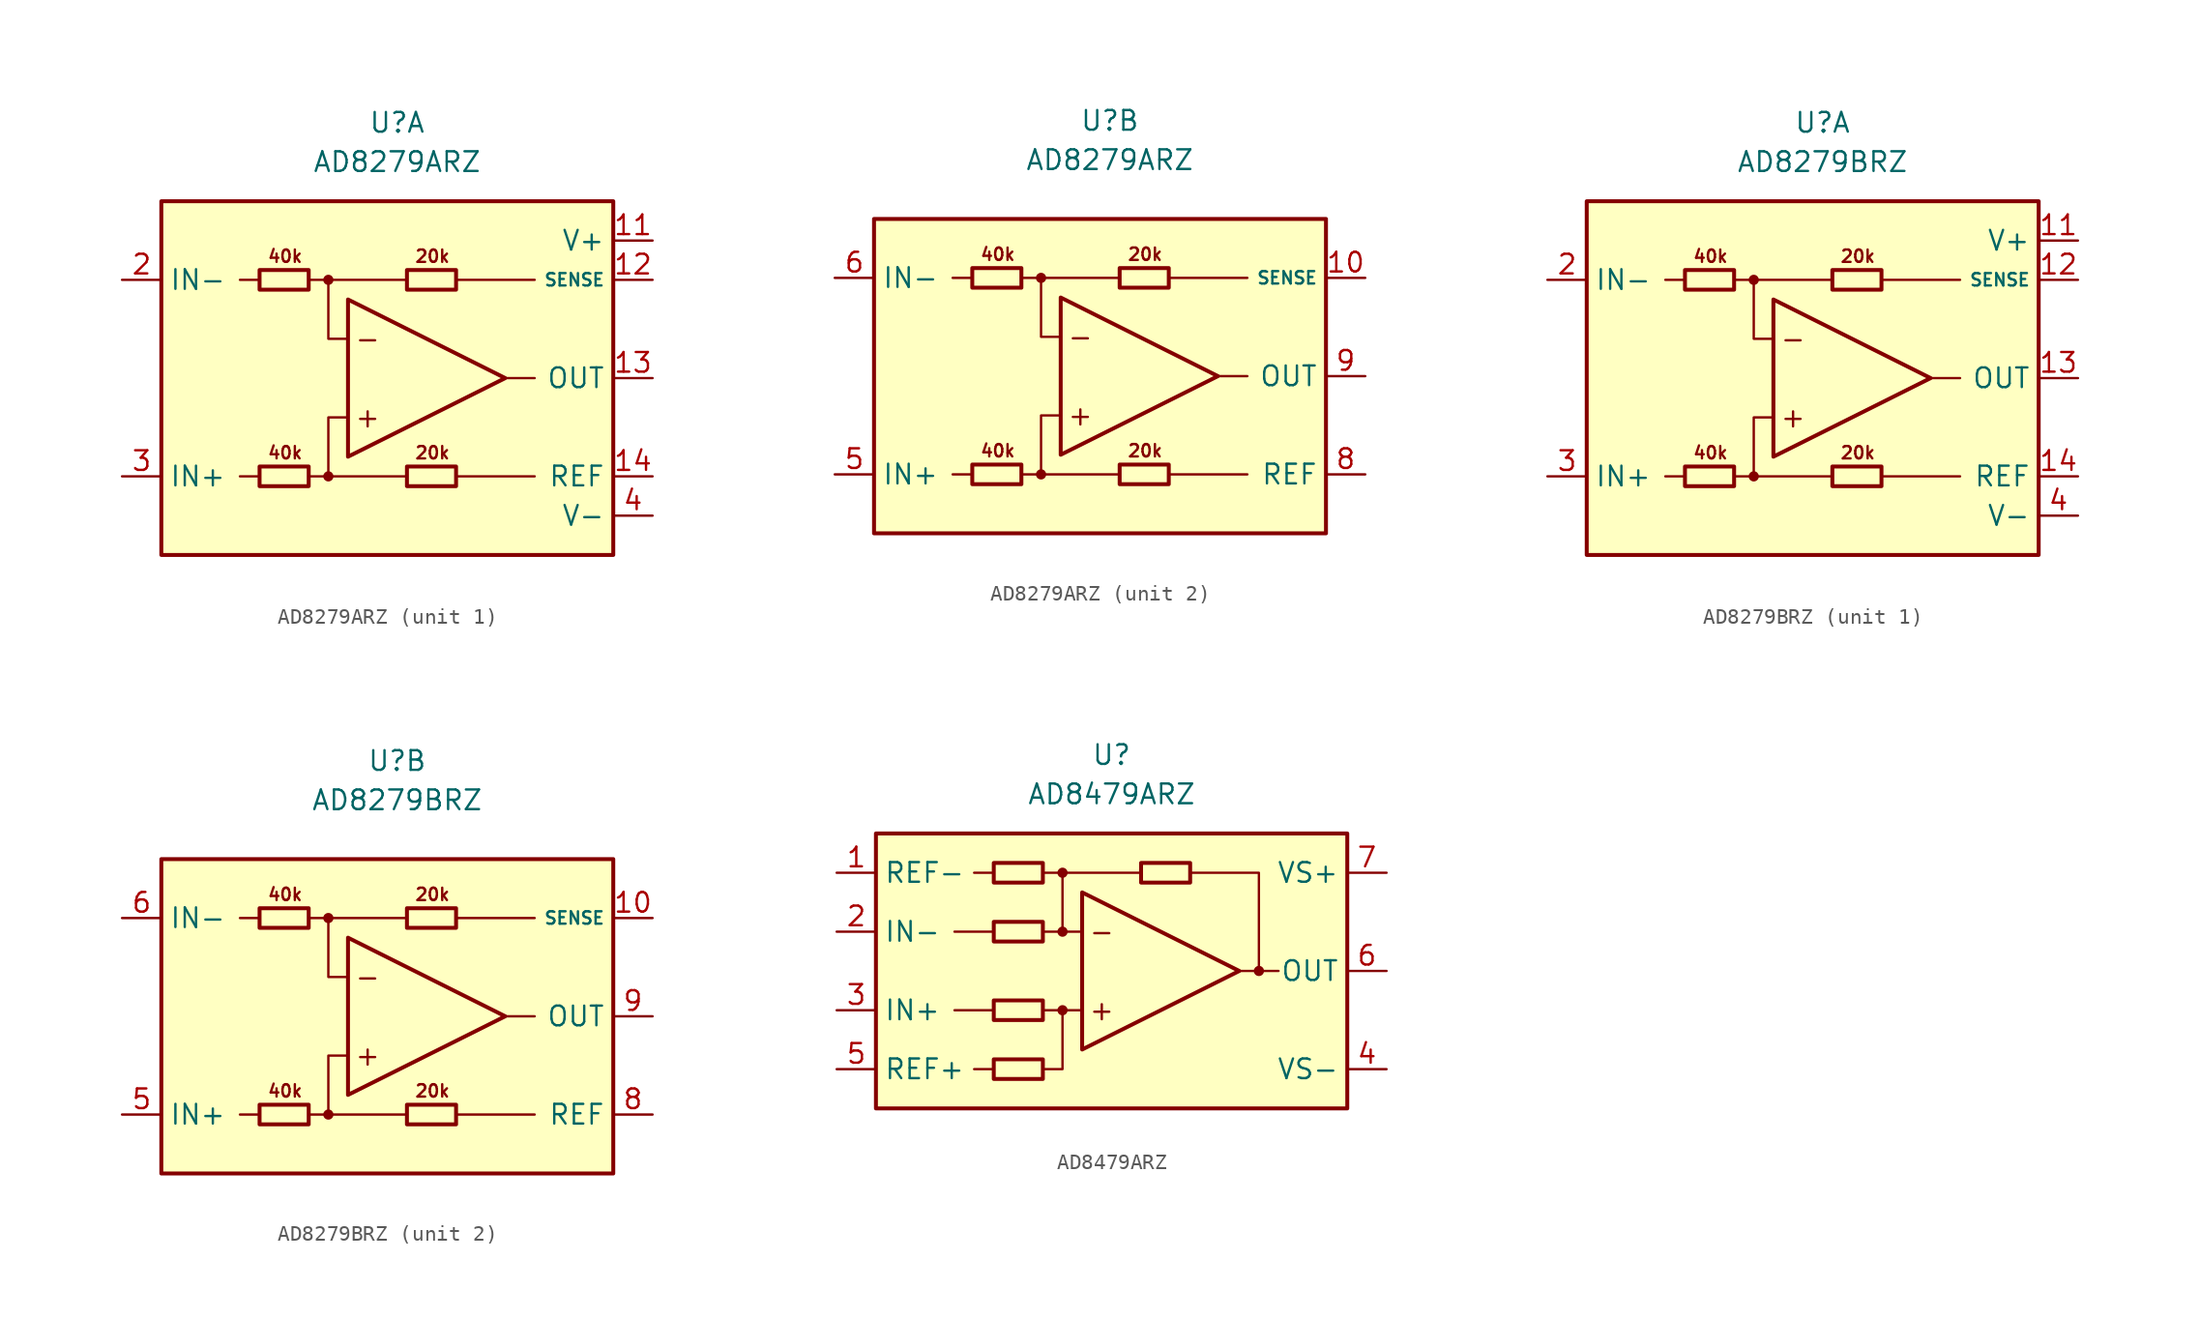
<source format=kicad_sym>
(kicad_symbol_lib
  (version 20211014)
  (generator kicad_symbol_editor)
  (symbol "AD8279ARZ"
    (property "Reference" "U"
      (at 0 16.51 0)
      (effects (font (size 1.27 1.27))))
    (property "Value" "AD8279ARZ"
      (at 0 13.97 0)
      (effects (font (size 1.27 1.27))))
    (property "ki_locked" ""
      (at 0 0 0)
      (effects (font (size 1.27 1.27))))
    (symbol "AD8279ARZ_0_0"
      (circle (center -4.445 -6.35) (radius 0.254) (stroke (width 0.152) (type default) (color 0 0 0 0)) (fill (type outline)))
      (circle (center -4.445 6.35) (radius 0.254) (stroke (width 0.152) (type default) (color 0 0 0 0)) (fill (type outline)))
      (polyline (pts (xy -8.89 -6.35) (xy -10.16 -6.35)) (stroke (width 0.152) (type default) (color 0 0 0 0)) (fill (type none)))
      (polyline (pts (xy -8.89 6.35) (xy -10.16 6.35)) (stroke (width 0.152) (type default) (color 0 0 0 0)) (fill (type none)))
      (polyline (pts (xy -4.445 6.35) (xy 0.635 6.35)) (stroke (width 0.152) (type default) (color 0 0 0 0)) (fill (type none)))
      (polyline (pts (xy 0.635 -6.35) (xy -4.445 -6.35)) (stroke (width 0.152) (type default) (color 0 0 0 0)) (fill (type none)))
      (polyline (pts (xy 3.81 -6.35) (xy 8.89 -6.35)) (stroke (width 0.152) (type default) (color 0 0 0 0)) (fill (type none)))
      (polyline (pts (xy 3.81 6.35) (xy 8.89 6.35)) (stroke (width 0.152) (type default) (color 0 0 0 0)) (fill (type none)))
      (polyline (pts (xy 6.985 0) (xy 8.89 0)) (stroke (width 0.152) (type default) (color 0 0 0 0)) (fill (type none)))
      (polyline (pts (xy -5.715 -6.35) (xy -4.445 -6.35) (xy -4.445 -2.54) (xy -3.175 -2.54)) (stroke (width 0.152) (type default) (color 0 0 0 0)) (fill (type none)))
      (polyline (pts (xy -3.175 2.54) (xy -4.445 2.54) (xy -4.445 6.35) (xy -5.715 6.35)) (stroke (width 0.152) (type default) (color 0 0 0 0)) (fill (type none)))
      (text "+" (at -1.905 -2.54 0) (effects (font (size 1.27 1.27))))
      (text "-" (at -1.905 2.54 0) (effects (font (size 1.27 1.27))))
      (text "20k" (at 2.286 -4.826 0) (effects (font (size 0.8 0.8))))
      (text "20k" (at 2.286 7.874 0) (effects (font (size 0.8 0.8))))
      (text "40k" (at -7.239 -4.826 0) (effects (font (size 0.8 0.8))))
      (text "40k" (at -7.239 7.874 0) (effects (font (size 0.8 0.8)))))
    (symbol "AD8279ARZ_0_1"
      (rectangle (start -8.89 -5.715) (end -5.715 -6.985) (stroke (width 0.254) (type default) (color 0 0 0 0)) (fill (type none)))
      (rectangle (start -8.89 6.985) (end -5.715 5.715) (stroke (width 0.254) (type default) (color 0 0 0 0)) (fill (type none)))
      (polyline (pts (xy -3.175 5.08) (xy -3.175 -5.08) (xy 6.985 0) (xy -3.175 5.08)) (stroke (width 0.254) (type default) (color 0 0 0 0)) (fill (type none)))
      (rectangle (start 0.635 -5.715) (end 3.81 -6.985) (stroke (width 0.254) (type default) (color 0 0 0 0)) (fill (type none)))
      (rectangle (start 0.635 6.985) (end 3.81 5.715) (stroke (width 0.254) (type default) (color 0 0 0 0)) (fill (type none))))
    (symbol "AD8279ARZ_1_0"
      (rectangle (start -15.24 11.43) (end 13.97 -11.43) (stroke (width 0.254) (type default) (color 0 0 0 0)) (fill (type background))))
    (symbol "AD8279ARZ_1_1"
      (pin no_connect line (at -10.16 1.27 0) (length 2.54) hide (name "NC" (effects (font (size 1.27 1.27)))) (number "1" (effects (font (size 1.27 1.27)))))
      (pin power_in line (at 16.51 8.89 180) (length 2.54) (name "V+" (effects (font (size 1.27 1.27)))) (number "11" (effects (font (size 1.27 1.27)))))
      (pin input line (at 16.51 6.35 180) (length 2.54) (name "SENSE" (effects (font (size 0.8 0.8)))) (number "12" (effects (font (size 1.27 1.27)))))
      (pin output line (at 16.51 0 180) (length 2.54) (name "OUT" (effects (font (size 1.27 1.27)))) (number "13" (effects (font (size 1.27 1.27)))))
      (pin input line (at 16.51 -6.35 180) (length 2.54) (name "REF" (effects (font (size 1.27 1.27)))) (number "14" (effects (font (size 1.27 1.27)))))
      (pin input line (at -17.78 6.35 0) (length 2.54) (name "IN-" (effects (font (size 1.27 1.27)))) (number "2" (effects (font (size 1.27 1.27)))))
      (pin input line (at -17.78 -6.35 0) (length 2.54) (name "IN+" (effects (font (size 1.27 1.27)))) (number "3" (effects (font (size 1.27 1.27)))))
      (pin power_in line (at 16.51 -8.89 180) (length 2.54) (name "V-" (effects (font (size 1.27 1.27)))) (number "4" (effects (font (size 1.27 1.27)))))
      (pin no_connect line (at -10.16 -1.27 0) (length 2.54) hide (name "NC" (effects (font (size 1.27 1.27)))) (number "7" (effects (font (size 1.27 1.27))))))
    (symbol "AD8279ARZ_2_0"
      (rectangle (start -15.24 10.16) (end 13.97 -10.16) (stroke (width 0.254) (type default) (color 0 0 0 0)) (fill (type background))))
    (symbol "AD8279ARZ_2_1"
      (pin input line (at 16.51 6.35 180) (length 2.54) (name "SENSE" (effects (font (size 0.8 0.8)))) (number "10" (effects (font (size 1.27 1.27)))))
      (pin input line (at -17.78 -6.35 0) (length 2.54) (name "IN+" (effects (font (size 1.27 1.27)))) (number "5" (effects (font (size 1.27 1.27)))))
      (pin input line (at -17.78 6.35 0) (length 2.54) (name "IN-" (effects (font (size 1.27 1.27)))) (number "6" (effects (font (size 1.27 1.27)))))
      (pin input line (at 16.51 -6.35 180) (length 2.54) (name "REF" (effects (font (size 1.27 1.27)))) (number "8" (effects (font (size 1.27 1.27)))))
      (pin output line (at 16.51 0 180) (length 2.54) (name "OUT" (effects (font (size 1.27 1.27)))) (number "9" (effects (font (size 1.27 1.27)))))))
  (symbol "AD8279BRZ"
    (property "Reference" "U"
      (at 0 16.51 0)
      (effects (font (size 1.27 1.27))))
    (property "Value" "AD8279BRZ"
      (at 0 13.97 0)
      (effects (font (size 1.27 1.27))))
    (property "ki_locked" ""
      (at 0 0 0)
      (effects (font (size 1.27 1.27))))
    (symbol "AD8279BRZ_0_0"
      (circle (center -4.445 -6.35) (radius 0.254) (stroke (width 0.152) (type default) (color 0 0 0 0)) (fill (type outline)))
      (circle (center -4.445 6.35) (radius 0.254) (stroke (width 0.152) (type default) (color 0 0 0 0)) (fill (type outline)))
      (polyline (pts (xy -8.89 -6.35) (xy -10.16 -6.35)) (stroke (width 0.152) (type default) (color 0 0 0 0)) (fill (type none)))
      (polyline (pts (xy -8.89 6.35) (xy -10.16 6.35)) (stroke (width 0.152) (type default) (color 0 0 0 0)) (fill (type none)))
      (polyline (pts (xy -4.445 6.35) (xy 0.635 6.35)) (stroke (width 0.152) (type default) (color 0 0 0 0)) (fill (type none)))
      (polyline (pts (xy 0.635 -6.35) (xy -4.445 -6.35)) (stroke (width 0.152) (type default) (color 0 0 0 0)) (fill (type none)))
      (polyline (pts (xy 3.81 -6.35) (xy 8.89 -6.35)) (stroke (width 0.152) (type default) (color 0 0 0 0)) (fill (type none)))
      (polyline (pts (xy 3.81 6.35) (xy 8.89 6.35)) (stroke (width 0.152) (type default) (color 0 0 0 0)) (fill (type none)))
      (polyline (pts (xy 6.985 0) (xy 8.89 0)) (stroke (width 0.152) (type default) (color 0 0 0 0)) (fill (type none)))
      (polyline (pts (xy -5.715 -6.35) (xy -4.445 -6.35) (xy -4.445 -2.54) (xy -3.175 -2.54)) (stroke (width 0.152) (type default) (color 0 0 0 0)) (fill (type none)))
      (polyline (pts (xy -3.175 2.54) (xy -4.445 2.54) (xy -4.445 6.35) (xy -5.715 6.35)) (stroke (width 0.152) (type default) (color 0 0 0 0)) (fill (type none)))
      (text "+" (at -1.905 -2.54 0) (effects (font (size 1.27 1.27))))
      (text "-" (at -1.905 2.54 0) (effects (font (size 1.27 1.27))))
      (text "20k" (at 2.286 -4.826 0) (effects (font (size 0.8 0.8))))
      (text "20k" (at 2.286 7.874 0) (effects (font (size 0.8 0.8))))
      (text "40k" (at -7.239 -4.826 0) (effects (font (size 0.8 0.8))))
      (text "40k" (at -7.239 7.874 0) (effects (font (size 0.8 0.8)))))
    (symbol "AD8279BRZ_0_1"
      (rectangle (start -8.89 -5.715) (end -5.715 -6.985) (stroke (width 0.254) (type default) (color 0 0 0 0)) (fill (type none)))
      (rectangle (start -8.89 6.985) (end -5.715 5.715) (stroke (width 0.254) (type default) (color 0 0 0 0)) (fill (type none)))
      (polyline (pts (xy -3.175 5.08) (xy -3.175 -5.08) (xy 6.985 0) (xy -3.175 5.08)) (stroke (width 0.254) (type default) (color 0 0 0 0)) (fill (type none)))
      (rectangle (start 0.635 -5.715) (end 3.81 -6.985) (stroke (width 0.254) (type default) (color 0 0 0 0)) (fill (type none)))
      (rectangle (start 0.635 6.985) (end 3.81 5.715) (stroke (width 0.254) (type default) (color 0 0 0 0)) (fill (type none))))
    (symbol "AD8279BRZ_1_0"
      (rectangle (start -15.24 11.43) (end 13.97 -11.43) (stroke (width 0.254) (type default) (color 0 0 0 0)) (fill (type background))))
    (symbol "AD8279BRZ_1_1"
      (pin no_connect line (at -10.16 1.27 0) (length 2.54) hide (name "NC" (effects (font (size 1.27 1.27)))) (number "1" (effects (font (size 1.27 1.27)))))
      (pin power_in line (at 16.51 8.89 180) (length 2.54) (name "V+" (effects (font (size 1.27 1.27)))) (number "11" (effects (font (size 1.27 1.27)))))
      (pin input line (at 16.51 6.35 180) (length 2.54) (name "SENSE" (effects (font (size 0.8 0.8)))) (number "12" (effects (font (size 1.27 1.27)))))
      (pin output line (at 16.51 0 180) (length 2.54) (name "OUT" (effects (font (size 1.27 1.27)))) (number "13" (effects (font (size 1.27 1.27)))))
      (pin input line (at 16.51 -6.35 180) (length 2.54) (name "REF" (effects (font (size 1.27 1.27)))) (number "14" (effects (font (size 1.27 1.27)))))
      (pin input line (at -17.78 6.35 0) (length 2.54) (name "IN-" (effects (font (size 1.27 1.27)))) (number "2" (effects (font (size 1.27 1.27)))))
      (pin input line (at -17.78 -6.35 0) (length 2.54) (name "IN+" (effects (font (size 1.27 1.27)))) (number "3" (effects (font (size 1.27 1.27)))))
      (pin power_in line (at 16.51 -8.89 180) (length 2.54) (name "V-" (effects (font (size 1.27 1.27)))) (number "4" (effects (font (size 1.27 1.27)))))
      (pin no_connect line (at -10.16 -1.27 0) (length 2.54) hide (name "NC" (effects (font (size 1.27 1.27)))) (number "7" (effects (font (size 1.27 1.27))))))
    (symbol "AD8279BRZ_2_0"
      (rectangle (start -15.24 10.16) (end 13.97 -10.16) (stroke (width 0.254) (type default) (color 0 0 0 0)) (fill (type background))))
    (symbol "AD8279BRZ_2_1"
      (pin input line (at 16.51 6.35 180) (length 2.54) (name "SENSE" (effects (font (size 0.8 0.8)))) (number "10" (effects (font (size 1.27 1.27)))))
      (pin input line (at -17.78 -6.35 0) (length 2.54) (name "IN+" (effects (font (size 1.27 1.27)))) (number "5" (effects (font (size 1.27 1.27)))))
      (pin input line (at -17.78 6.35 0) (length 2.54) (name "IN-" (effects (font (size 1.27 1.27)))) (number "6" (effects (font (size 1.27 1.27)))))
      (pin input line (at 16.51 -6.35 180) (length 2.54) (name "REF" (effects (font (size 1.27 1.27)))) (number "8" (effects (font (size 1.27 1.27)))))
      (pin output line (at 16.51 0 180) (length 2.54) (name "OUT" (effects (font (size 1.27 1.27)))) (number "9" (effects (font (size 1.27 1.27)))))))
  (symbol "AD8479ARZ"
    (property "Reference" "U"
      (at 0 13.97 0)
      (effects (font (size 1.27 1.27))))
    (property "Value" "AD8479ARZ"
      (at 0 11.43 0)
      (effects (font (size 1.27 1.27))))
    (symbol "AD8479ARZ_0_0"
      (rectangle (start -15.24 8.89) (end 15.24 -8.89) (stroke (width 0.254) (type default) (color 0 0 0 0)) (fill (type background)))
      (circle (center -3.175 -2.54) (radius 0.254) (stroke (width 0.152) (type default) (color 0 0 0 0)) (fill (type outline)))
      (circle (center -3.175 2.54) (radius 0.254) (stroke (width 0.152) (type default) (color 0 0 0 0)) (fill (type outline)))
      (circle (center -3.175 6.35) (radius 0.254) (stroke (width 0.152) (type default) (color 0 0 0 0)) (fill (type outline)))
      (polyline (pts (xy -7.62 -6.35) (xy -8.89 -6.35)) (stroke (width 0.152) (type default) (color 0 0 0 0)) (fill (type none)))
      (polyline (pts (xy -7.62 -2.54) (xy -10.16 -2.54)) (stroke (width 0.152) (type default) (color 0 0 0 0)) (fill (type none)))
      (polyline (pts (xy -7.62 2.54) (xy -10.16 2.54)) (stroke (width 0.152) (type default) (color 0 0 0 0)) (fill (type none)))
      (polyline (pts (xy -7.62 6.35) (xy -8.89 6.35)) (stroke (width 0.152) (type default) (color 0 0 0 0)) (fill (type none)))
      (polyline (pts (xy -4.445 6.35) (xy 1.905 6.35)) (stroke (width 0.152) (type default) (color 0 0 0 0)) (fill (type none)))
      (polyline (pts (xy -3.175 2.54) (xy -3.175 6.35)) (stroke (width 0.152) (type default) (color 0 0 0 0)) (fill (type none)))
      (polyline (pts (xy -1.905 -2.54) (xy -4.445 -2.54)) (stroke (width 0.152) (type default) (color 0 0 0 0)) (fill (type none)))
      (polyline (pts (xy -1.905 2.54) (xy -4.445 2.54)) (stroke (width 0.152) (type default) (color 0 0 0 0)) (fill (type none)))
      (polyline (pts (xy 9.525 0) (xy 10.795 0)) (stroke (width 0.152) (type default) (color 0 0 0 0)) (fill (type none)))
      (polyline (pts (xy -4.445 -6.35) (xy -3.175 -6.35) (xy -3.175 -2.54)) (stroke (width 0.152) (type default) (color 0 0 0 0)) (fill (type none)))
      (polyline (pts (xy 5.08 6.35) (xy 9.525 6.35) (xy 9.525 0) (xy 8.255 0)) (stroke (width 0.152) (type default) (color 0 0 0 0)) (fill (type none)))
      (circle (center 9.525 0) (radius 0.254) (stroke (width 0.152) (type default) (color 0 0 0 0)) (fill (type outline)))
      (text "+" (at -0.635 -2.54 0) (effects (font (size 1.27 1.27))))
      (text "-" (at -0.635 2.54 0) (effects (font (size 1.27 1.27)))))
    (symbol "AD8479ARZ_0_1"
      (rectangle (start -7.62 -5.715) (end -4.445 -6.985) (stroke (width 0.254) (type default) (color 0 0 0 0)) (fill (type none)))
      (rectangle (start -7.62 -1.905) (end -4.445 -3.175) (stroke (width 0.254) (type default) (color 0 0 0 0)) (fill (type none)))
      (rectangle (start -7.62 3.175) (end -4.445 1.905) (stroke (width 0.254) (type default) (color 0 0 0 0)) (fill (type none)))
      (rectangle (start -7.62 6.985) (end -4.445 5.715) (stroke (width 0.254) (type default) (color 0 0 0 0)) (fill (type none)))
      (polyline (pts (xy -1.905 5.08) (xy -1.905 -5.08) (xy 8.255 0) (xy -1.905 5.08)) (stroke (width 0.254) (type default) (color 0 0 0 0)) (fill (type none)))
      (rectangle (start 1.905 6.985) (end 5.08 5.715) (stroke (width 0.254) (type default) (color 0 0 0 0)) (fill (type none))))
    (symbol "AD8479ARZ_1_1"
      (pin input line (at -17.78 6.35 0) (length 2.54) (name "REF-" (effects (font (size 1.27 1.27)))) (number "1" (effects (font (size 1.27 1.27)))))
      (pin input line (at -17.78 2.54 0) (length 2.54) (name "IN-" (effects (font (size 1.27 1.27)))) (number "2" (effects (font (size 1.27 1.27)))))
      (pin input line (at -17.78 -2.54 0) (length 2.54) (name "IN+" (effects (font (size 1.27 1.27)))) (number "3" (effects (font (size 1.27 1.27)))))
      (pin power_in line (at 17.78 -6.35 180) (length 2.54) (name "VS-" (effects (font (size 1.27 1.27)))) (number "4" (effects (font (size 1.27 1.27)))))
      (pin input line (at -17.78 -6.35 0) (length 2.54) (name "REF+" (effects (font (size 1.27 1.27)))) (number "5" (effects (font (size 1.27 1.27)))))
      (pin output line (at 17.78 0 180) (length 2.54) (name "OUT" (effects (font (size 1.27 1.27)))) (number "6" (effects (font (size 1.27 1.27)))))
      (pin power_in line (at 17.78 6.35 180) (length 2.54) (name "VS+" (effects (font (size 1.27 1.27)))) (number "7" (effects (font (size 1.27 1.27)))))
      (pin no_connect line (at 3.81 -7.62 0) (length 2.54) hide (name "NC" (effects (font (size 1.27 1.27)))) (number "8" (effects (font (size 1.27 1.27))))))))
</source>
